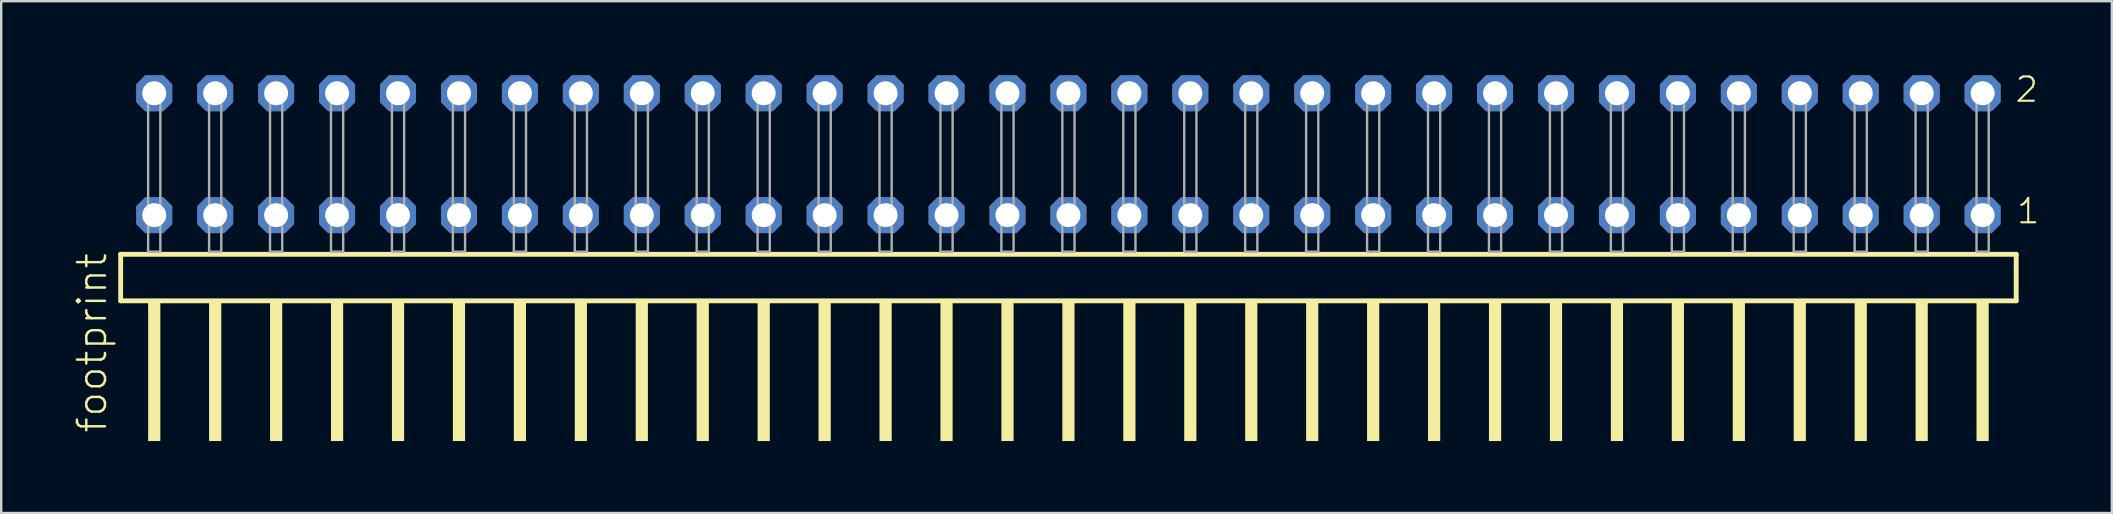
<source format=kicad_pcb>
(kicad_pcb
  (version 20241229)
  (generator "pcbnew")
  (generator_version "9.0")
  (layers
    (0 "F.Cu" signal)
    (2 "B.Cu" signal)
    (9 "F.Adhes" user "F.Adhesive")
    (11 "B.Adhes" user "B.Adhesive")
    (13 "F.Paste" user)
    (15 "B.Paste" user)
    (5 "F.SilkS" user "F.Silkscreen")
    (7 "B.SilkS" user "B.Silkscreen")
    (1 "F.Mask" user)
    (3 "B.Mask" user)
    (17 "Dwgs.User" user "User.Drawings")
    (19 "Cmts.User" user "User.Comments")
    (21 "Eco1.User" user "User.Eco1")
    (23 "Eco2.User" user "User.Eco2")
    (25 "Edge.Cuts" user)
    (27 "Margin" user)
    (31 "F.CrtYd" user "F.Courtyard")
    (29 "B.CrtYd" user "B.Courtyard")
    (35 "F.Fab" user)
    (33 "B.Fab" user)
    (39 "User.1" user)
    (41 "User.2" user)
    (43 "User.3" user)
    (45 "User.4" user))
  (footprint "footprint"
    (layer "F.Cu")
    (at 41.478 7.441)
    (property "Reference" "footprint" (at -40.005 7.62 90) (layer "F.SilkS") (effects (font (size 1.168 1.168) (thickness 0.102)) (justify left bottom)))
    (fp_line (start -39.499 0.106) (end -39.499 2.046) (stroke (width 0.203) (type solid)) (layer "F.SilkS"))
    (fp_line (start -39.499 2.046) (end 39.499 2.046) (stroke (width 0.203) (type solid)) (layer "F.SilkS"))
    (fp_line (start 39.499 0.106) (end -39.499 0.106) (stroke (width 0.203) (type solid)) (layer "F.SilkS"))
    (fp_line (start 39.499 2.046) (end 39.499 0.106) (stroke (width 0.203) (type solid)) (layer "F.SilkS"))
    (fp_poly (pts (xy -38.354 7.89) (xy -37.846 7.89) (xy -37.846 2.04) (xy -38.354 2.04)) (stroke (width 0) (type solid)) (fill yes) (layer "F.SilkS"))
    (fp_poly (pts (xy -35.814 7.89) (xy -35.306 7.89) (xy -35.306 2.04) (xy -35.814 2.04)) (stroke (width 0) (type solid)) (fill yes) (layer "F.SilkS"))
    (fp_poly (pts (xy -33.274 7.89) (xy -32.766 7.89) (xy -32.766 2.04) (xy -33.274 2.04)) (stroke (width 0) (type solid)) (fill yes) (layer "F.SilkS"))
    (fp_poly (pts (xy -30.734 7.89) (xy -30.226 7.89) (xy -30.226 2.04) (xy -30.734 2.04)) (stroke (width 0) (type solid)) (fill yes) (layer "F.SilkS"))
    (fp_poly (pts (xy -28.194 7.89) (xy -27.686 7.89) (xy -27.686 2.04) (xy -28.194 2.04)) (stroke (width 0) (type solid)) (fill yes) (layer "F.SilkS"))
    (fp_poly (pts (xy -25.654 7.89) (xy -25.146 7.89) (xy -25.146 2.04) (xy -25.654 2.04)) (stroke (width 0) (type solid)) (fill yes) (layer "F.SilkS"))
    (fp_poly (pts (xy -23.114 7.89) (xy -22.606 7.89) (xy -22.606 2.04) (xy -23.114 2.04)) (stroke (width 0) (type solid)) (fill yes) (layer "F.SilkS"))
    (fp_poly (pts (xy -20.574 7.89) (xy -20.066 7.89) (xy -20.066 2.04) (xy -20.574 2.04)) (stroke (width 0) (type solid)) (fill yes) (layer "F.SilkS"))
    (fp_poly (pts (xy -18.034 7.89) (xy -17.526 7.89) (xy -17.526 2.04) (xy -18.034 2.04)) (stroke (width 0) (type solid)) (fill yes) (layer "F.SilkS"))
    (fp_poly (pts (xy -15.494 7.89) (xy -14.986 7.89) (xy -14.986 2.04) (xy -15.494 2.04)) (stroke (width 0) (type solid)) (fill yes) (layer "F.SilkS"))
    (fp_poly (pts (xy -12.954 7.89) (xy -12.446 7.89) (xy -12.446 2.04) (xy -12.954 2.04)) (stroke (width 0) (type solid)) (fill yes) (layer "F.SilkS"))
    (fp_poly (pts (xy -10.414 7.89) (xy -9.906 7.89) (xy -9.906 2.04) (xy -10.414 2.04)) (stroke (width 0) (type solid)) (fill yes) (layer "F.SilkS"))
    (fp_poly (pts (xy -7.874 7.89) (xy -7.366 7.89) (xy -7.366 2.04) (xy -7.874 2.04)) (stroke (width 0) (type solid)) (fill yes) (layer "F.SilkS"))
    (fp_poly (pts (xy -5.334 7.89) (xy -4.826 7.89) (xy -4.826 2.04) (xy -5.334 2.04)) (stroke (width 0) (type solid)) (fill yes) (layer "F.SilkS"))
    (fp_poly (pts (xy -2.794 7.89) (xy -2.286 7.89) (xy -2.286 2.04) (xy -2.794 2.04)) (stroke (width 0) (type solid)) (fill yes) (layer "F.SilkS"))
    (fp_poly (pts (xy -0.254 7.89) (xy 0.254 7.89) (xy 0.254 2.04) (xy -0.254 2.04)) (stroke (width 0) (type solid)) (fill yes) (layer "F.SilkS"))
    (fp_poly (pts (xy 2.286 7.89) (xy 2.794 7.89) (xy 2.794 2.04) (xy 2.286 2.04)) (stroke (width 0) (type solid)) (fill yes) (layer "F.SilkS"))
    (fp_poly (pts (xy 4.826 7.89) (xy 5.334 7.89) (xy 5.334 2.04) (xy 4.826 2.04)) (stroke (width 0) (type solid)) (fill yes) (layer "F.SilkS"))
    (fp_poly (pts (xy 7.366 7.89) (xy 7.874 7.89) (xy 7.874 2.04) (xy 7.366 2.04)) (stroke (width 0) (type solid)) (fill yes) (layer "F.SilkS"))
    (fp_poly (pts (xy 9.906 7.89) (xy 10.414 7.89) (xy 10.414 2.04) (xy 9.906 2.04)) (stroke (width 0) (type solid)) (fill yes) (layer "F.SilkS"))
    (fp_poly (pts (xy 12.446 7.89) (xy 12.954 7.89) (xy 12.954 2.04) (xy 12.446 2.04)) (stroke (width 0) (type solid)) (fill yes) (layer "F.SilkS"))
    (fp_poly (pts (xy 14.986 7.89) (xy 15.494 7.89) (xy 15.494 2.04) (xy 14.986 2.04)) (stroke (width 0) (type solid)) (fill yes) (layer "F.SilkS"))
    (fp_poly (pts (xy 17.526 7.89) (xy 18.034 7.89) (xy 18.034 2.04) (xy 17.526 2.04)) (stroke (width 0) (type solid)) (fill yes) (layer "F.SilkS"))
    (fp_poly (pts (xy 20.066 7.89) (xy 20.574 7.89) (xy 20.574 2.04) (xy 20.066 2.04)) (stroke (width 0) (type solid)) (fill yes) (layer "F.SilkS"))
    (fp_poly (pts (xy 22.606 7.89) (xy 23.114 7.89) (xy 23.114 2.04) (xy 22.606 2.04)) (stroke (width 0) (type solid)) (fill yes) (layer "F.SilkS"))
    (fp_poly (pts (xy 25.146 7.89) (xy 25.654 7.89) (xy 25.654 2.04) (xy 25.146 2.04)) (stroke (width 0) (type solid)) (fill yes) (layer "F.SilkS"))
    (fp_poly (pts (xy 27.686 7.89) (xy 28.194 7.89) (xy 28.194 2.04) (xy 27.686 2.04)) (stroke (width 0) (type solid)) (fill yes) (layer "F.SilkS"))
    (fp_poly (pts (xy 30.226 7.89) (xy 30.734 7.89) (xy 30.734 2.04) (xy 30.226 2.04)) (stroke (width 0) (type solid)) (fill yes) (layer "F.SilkS"))
    (fp_poly (pts (xy 32.766 7.89) (xy 33.274 7.89) (xy 33.274 2.04) (xy 32.766 2.04)) (stroke (width 0) (type solid)) (fill yes) (layer "F.SilkS"))
    (fp_poly (pts (xy 35.306 7.89) (xy 35.814 7.89) (xy 35.814 2.04) (xy 35.306 2.04)) (stroke (width 0) (type solid)) (fill yes) (layer "F.SilkS"))
    (fp_poly (pts (xy 37.846 7.89) (xy 38.354 7.89) (xy 38.354 2.04) (xy 37.846 2.04)) (stroke (width 0) (type solid)) (fill yes) (layer "F.SilkS"))
    (fp_poly (pts (xy -38.354 0) (xy -37.846 0) (xy -37.846 -6.858) (xy -38.354 -6.858)) (stroke (width 0.1) (type solid)) (fill no) (layer "F.Fab"))
    (fp_poly (pts (xy -35.814 0) (xy -35.306 0) (xy -35.306 -6.858) (xy -35.814 -6.858)) (stroke (width 0.1) (type solid)) (fill no) (layer "F.Fab"))
    (fp_poly (pts (xy -33.274 0) (xy -32.766 0) (xy -32.766 -6.858) (xy -33.274 -6.858)) (stroke (width 0.1) (type solid)) (fill no) (layer "F.Fab"))
    (fp_poly (pts (xy -30.734 0) (xy -30.226 0) (xy -30.226 -6.858) (xy -30.734 -6.858)) (stroke (width 0.1) (type solid)) (fill no) (layer "F.Fab"))
    (fp_poly (pts (xy -28.194 0) (xy -27.686 0) (xy -27.686 -6.858) (xy -28.194 -6.858)) (stroke (width 0.1) (type solid)) (fill no) (layer "F.Fab"))
    (fp_poly (pts (xy -25.654 0) (xy -25.146 0) (xy -25.146 -6.858) (xy -25.654 -6.858)) (stroke (width 0.1) (type solid)) (fill no) (layer "F.Fab"))
    (fp_poly (pts (xy -23.114 0) (xy -22.606 0) (xy -22.606 -6.858) (xy -23.114 -6.858)) (stroke (width 0.1) (type solid)) (fill no) (layer "F.Fab"))
    (fp_poly (pts (xy -20.574 0) (xy -20.066 0) (xy -20.066 -6.858) (xy -20.574 -6.858)) (stroke (width 0.1) (type solid)) (fill no) (layer "F.Fab"))
    (fp_poly (pts (xy -18.034 0) (xy -17.526 0) (xy -17.526 -6.858) (xy -18.034 -6.858)) (stroke (width 0.1) (type solid)) (fill no) (layer "F.Fab"))
    (fp_poly (pts (xy -15.494 0) (xy -14.986 0) (xy -14.986 -6.858) (xy -15.494 -6.858)) (stroke (width 0.1) (type solid)) (fill no) (layer "F.Fab"))
    (fp_poly (pts (xy -12.954 0) (xy -12.446 0) (xy -12.446 -6.858) (xy -12.954 -6.858)) (stroke (width 0.1) (type solid)) (fill no) (layer "F.Fab"))
    (fp_poly (pts (xy -10.414 0) (xy -9.906 0) (xy -9.906 -6.858) (xy -10.414 -6.858)) (stroke (width 0.1) (type solid)) (fill no) (layer "F.Fab"))
    (fp_poly (pts (xy -7.874 0) (xy -7.366 0) (xy -7.366 -6.858) (xy -7.874 -6.858)) (stroke (width 0.1) (type solid)) (fill no) (layer "F.Fab"))
    (fp_poly (pts (xy -5.334 0) (xy -4.826 0) (xy -4.826 -6.858) (xy -5.334 -6.858)) (stroke (width 0.1) (type solid)) (fill no) (layer "F.Fab"))
    (fp_poly (pts (xy -2.794 0) (xy -2.286 0) (xy -2.286 -6.858) (xy -2.794 -6.858)) (stroke (width 0.1) (type solid)) (fill no) (layer "F.Fab"))
    (fp_poly (pts (xy -0.254 0) (xy 0.254 0) (xy 0.254 -6.858) (xy -0.254 -6.858)) (stroke (width 0.1) (type solid)) (fill no) (layer "F.Fab"))
    (fp_poly (pts (xy 2.286 0) (xy 2.794 0) (xy 2.794 -6.858) (xy 2.286 -6.858)) (stroke (width 0.1) (type solid)) (fill no) (layer "F.Fab"))
    (fp_poly (pts (xy 4.826 0) (xy 5.334 0) (xy 5.334 -6.858) (xy 4.826 -6.858)) (stroke (width 0.1) (type solid)) (fill no) (layer "F.Fab"))
    (fp_poly (pts (xy 7.366 0) (xy 7.874 0) (xy 7.874 -6.858) (xy 7.366 -6.858)) (stroke (width 0.1) (type solid)) (fill no) (layer "F.Fab"))
    (fp_poly (pts (xy 9.906 0) (xy 10.414 0) (xy 10.414 -6.858) (xy 9.906 -6.858)) (stroke (width 0.1) (type solid)) (fill no) (layer "F.Fab"))
    (fp_poly (pts (xy 12.446 0) (xy 12.954 0) (xy 12.954 -6.858) (xy 12.446 -6.858)) (stroke (width 0.1) (type solid)) (fill no) (layer "F.Fab"))
    (fp_poly (pts (xy 14.986 0) (xy 15.494 0) (xy 15.494 -6.858) (xy 14.986 -6.858)) (stroke (width 0.1) (type solid)) (fill no) (layer "F.Fab"))
    (fp_poly (pts (xy 17.526 0) (xy 18.034 0) (xy 18.034 -6.858) (xy 17.526 -6.858)) (stroke (width 0.1) (type solid)) (fill no) (layer "F.Fab"))
    (fp_poly (pts (xy 20.066 0) (xy 20.574 0) (xy 20.574 -6.858) (xy 20.066 -6.858)) (stroke (width 0.1) (type solid)) (fill no) (layer "F.Fab"))
    (fp_poly (pts (xy 22.606 0) (xy 23.114 0) (xy 23.114 -6.858) (xy 22.606 -6.858)) (stroke (width 0.1) (type solid)) (fill no) (layer "F.Fab"))
    (fp_poly (pts (xy 25.146 0) (xy 25.654 0) (xy 25.654 -6.858) (xy 25.146 -6.858)) (stroke (width 0.1) (type solid)) (fill no) (layer "F.Fab"))
    (fp_poly (pts (xy 27.686 0) (xy 28.194 0) (xy 28.194 -6.858) (xy 27.686 -6.858)) (stroke (width 0.1) (type solid)) (fill no) (layer "F.Fab"))
    (fp_poly (pts (xy 30.226 0) (xy 30.734 0) (xy 30.734 -6.858) (xy 30.226 -6.858)) (stroke (width 0.1) (type solid)) (fill no) (layer "F.Fab"))
    (fp_poly (pts (xy 32.766 0) (xy 33.274 0) (xy 33.274 -6.858) (xy 32.766 -6.858)) (stroke (width 0.1) (type solid)) (fill no) (layer "F.Fab"))
    (fp_poly (pts (xy 35.306 0) (xy 35.814 0) (xy 35.814 -6.858) (xy 35.306 -6.858)) (stroke (width 0.1) (type solid)) (fill no) (layer "F.Fab"))
    (fp_poly (pts (xy 37.846 0) (xy 38.354 0) (xy 38.354 -6.858) (xy 37.846 -6.858)) (stroke (width 0.1) (type solid)) (fill no) (layer "F.Fab"))
    (fp_text user "2" (at 39.4 -6.165 0) (layer "F.SilkS") (effects (font (size 1.012 1.012) (thickness 0.088)) (justify left bottom)))
    (fp_text user "1" (at 39.46 -1.1 0) (layer "F.SilkS") (effects (font (size 1.012 1.012) (thickness 0.088)) (justify left bottom)))
    (pad "1" thru_hole roundrect (at 38.1 -1.524 180) (size 1.5 1.5) (drill 1) (layers "*.Cu" "*.Mask") (roundrect_rratio 0.25) (chamfer_ratio 0.25) (chamfer top_left top_right bottom_left bottom_right))
    (pad "2" thru_hole roundrect (at 38.1 -6.604 180) (size 1.5 1.5) (drill 1) (layers "*.Cu" "*.Mask") (roundrect_rratio 0.25) (chamfer_ratio 0.25) (chamfer top_left top_right bottom_left bottom_right))
    (pad "3" thru_hole roundrect (at 35.56 -1.524 180) (size 1.5 1.5) (drill 1) (layers "*.Cu" "*.Mask") (roundrect_rratio 0.25) (chamfer_ratio 0.25) (chamfer top_left top_right bottom_left bottom_right))
    (pad "4" thru_hole roundrect (at 35.56 -6.604 180) (size 1.5 1.5) (drill 1) (layers "*.Cu" "*.Mask") (roundrect_rratio 0.25) (chamfer_ratio 0.25) (chamfer top_left top_right bottom_left bottom_right))
    (pad "5" thru_hole roundrect (at 33.02 -1.524 180) (size 1.5 1.5) (drill 1) (layers "*.Cu" "*.Mask") (roundrect_rratio 0.25) (chamfer_ratio 0.25) (chamfer top_left top_right bottom_left bottom_right))
    (pad "6" thru_hole roundrect (at 33.02 -6.604 180) (size 1.5 1.5) (drill 1) (layers "*.Cu" "*.Mask") (roundrect_rratio 0.25) (chamfer_ratio 0.25) (chamfer top_left top_right bottom_left bottom_right))
    (pad "7" thru_hole roundrect (at 30.48 -1.524 180) (size 1.5 1.5) (drill 1) (layers "*.Cu" "*.Mask") (roundrect_rratio 0.25) (chamfer_ratio 0.25) (chamfer top_left top_right bottom_left bottom_right))
    (pad "8" thru_hole roundrect (at 30.48 -6.604 180) (size 1.5 1.5) (drill 1) (layers "*.Cu" "*.Mask") (roundrect_rratio 0.25) (chamfer_ratio 0.25) (chamfer top_left top_right bottom_left bottom_right))
    (pad "9" thru_hole roundrect (at 27.94 -1.524 180) (size 1.5 1.5) (drill 1) (layers "*.Cu" "*.Mask") (roundrect_rratio 0.25) (chamfer_ratio 0.25) (chamfer top_left top_right bottom_left bottom_right))
    (pad "10" thru_hole roundrect (at 27.94 -6.604 180) (size 1.5 1.5) (drill 1) (layers "*.Cu" "*.Mask") (roundrect_rratio 0.25) (chamfer_ratio 0.25) (chamfer top_left top_right bottom_left bottom_right))
    (pad "11" thru_hole roundrect (at 25.4 -1.524 180) (size 1.5 1.5) (drill 1) (layers "*.Cu" "*.Mask") (roundrect_rratio 0.25) (chamfer_ratio 0.25) (chamfer top_left top_right bottom_left bottom_right))
    (pad "12" thru_hole roundrect (at 25.4 -6.604 180) (size 1.5 1.5) (drill 1) (layers "*.Cu" "*.Mask") (roundrect_rratio 0.25) (chamfer_ratio 0.25) (chamfer top_left top_right bottom_left bottom_right))
    (pad "13" thru_hole roundrect (at 22.86 -1.524 180) (size 1.5 1.5) (drill 1) (layers "*.Cu" "*.Mask") (roundrect_rratio 0.25) (chamfer_ratio 0.25) (chamfer top_left top_right bottom_left bottom_right))
    (pad "14" thru_hole roundrect (at 22.86 -6.604 180) (size 1.5 1.5) (drill 1) (layers "*.Cu" "*.Mask") (roundrect_rratio 0.25) (chamfer_ratio 0.25) (chamfer top_left top_right bottom_left bottom_right))
    (pad "15" thru_hole roundrect (at 20.32 -1.524 180) (size 1.5 1.5) (drill 1) (layers "*.Cu" "*.Mask") (roundrect_rratio 0.25) (chamfer_ratio 0.25) (chamfer top_left top_right bottom_left bottom_right))
    (pad "16" thru_hole roundrect (at 20.32 -6.604 180) (size 1.5 1.5) (drill 1) (layers "*.Cu" "*.Mask") (roundrect_rratio 0.25) (chamfer_ratio 0.25) (chamfer top_left top_right bottom_left bottom_right))
    (pad "17" thru_hole roundrect (at 17.78 -1.524 180) (size 1.5 1.5) (drill 1) (layers "*.Cu" "*.Mask") (roundrect_rratio 0.25) (chamfer_ratio 0.25) (chamfer top_left top_right bottom_left bottom_right))
    (pad "18" thru_hole roundrect (at 17.78 -6.604 180) (size 1.5 1.5) (drill 1) (layers "*.Cu" "*.Mask") (roundrect_rratio 0.25) (chamfer_ratio 0.25) (chamfer top_left top_right bottom_left bottom_right))
    (pad "19" thru_hole roundrect (at 15.24 -1.524 180) (size 1.5 1.5) (drill 1) (layers "*.Cu" "*.Mask") (roundrect_rratio 0.25) (chamfer_ratio 0.25) (chamfer top_left top_right bottom_left bottom_right))
    (pad "20" thru_hole roundrect (at 15.24 -6.604 180) (size 1.5 1.5) (drill 1) (layers "*.Cu" "*.Mask") (roundrect_rratio 0.25) (chamfer_ratio 0.25) (chamfer top_left top_right bottom_left bottom_right))
    (pad "21" thru_hole roundrect (at 12.7 -1.524 180) (size 1.5 1.5) (drill 1) (layers "*.Cu" "*.Mask") (roundrect_rratio 0.25) (chamfer_ratio 0.25) (chamfer top_left top_right bottom_left bottom_right))
    (pad "22" thru_hole roundrect (at 12.7 -6.604 180) (size 1.5 1.5) (drill 1) (layers "*.Cu" "*.Mask") (roundrect_rratio 0.25) (chamfer_ratio 0.25) (chamfer top_left top_right bottom_left bottom_right))
    (pad "23" thru_hole roundrect (at 10.16 -1.524 180) (size 1.5 1.5) (drill 1) (layers "*.Cu" "*.Mask") (roundrect_rratio 0.25) (chamfer_ratio 0.25) (chamfer top_left top_right bottom_left bottom_right))
    (pad "24" thru_hole roundrect (at 10.16 -6.604 180) (size 1.5 1.5) (drill 1) (layers "*.Cu" "*.Mask") (roundrect_rratio 0.25) (chamfer_ratio 0.25) (chamfer top_left top_right bottom_left bottom_right))
    (pad "25" thru_hole roundrect (at 7.62 -1.524 180) (size 1.5 1.5) (drill 1) (layers "*.Cu" "*.Mask") (roundrect_rratio 0.25) (chamfer_ratio 0.25) (chamfer top_left top_right bottom_left bottom_right))
    (pad "26" thru_hole roundrect (at 7.62 -6.604 180) (size 1.5 1.5) (drill 1) (layers "*.Cu" "*.Mask") (roundrect_rratio 0.25) (chamfer_ratio 0.25) (chamfer top_left top_right bottom_left bottom_right))
    (pad "27" thru_hole roundrect (at 5.08 -1.524 180) (size 1.5 1.5) (drill 1) (layers "*.Cu" "*.Mask") (roundrect_rratio 0.25) (chamfer_ratio 0.25) (chamfer top_left top_right bottom_left bottom_right))
    (pad "28" thru_hole roundrect (at 5.08 -6.604 180) (size 1.5 1.5) (drill 1) (layers "*.Cu" "*.Mask") (roundrect_rratio 0.25) (chamfer_ratio 0.25) (chamfer top_left top_right bottom_left bottom_right))
    (pad "29" thru_hole roundrect (at 2.54 -1.524 180) (size 1.5 1.5) (drill 1) (layers "*.Cu" "*.Mask") (roundrect_rratio 0.25) (chamfer_ratio 0.25) (chamfer top_left top_right bottom_left bottom_right))
    (pad "30" thru_hole roundrect (at 2.54 -6.604 180) (size 1.5 1.5) (drill 1) (layers "*.Cu" "*.Mask") (roundrect_rratio 0.25) (chamfer_ratio 0.25) (chamfer top_left top_right bottom_left bottom_right))
    (pad "31" thru_hole roundrect (at 0 -1.524 180) (size 1.5 1.5) (drill 1) (layers "*.Cu" "*.Mask") (roundrect_rratio 0.25) (chamfer_ratio 0.25) (chamfer top_left top_right bottom_left bottom_right))
    (pad "32" thru_hole roundrect (at 0 -6.604 180) (size 1.5 1.5) (drill 1) (layers "*.Cu" "*.Mask") (roundrect_rratio 0.25) (chamfer_ratio 0.25) (chamfer top_left top_right bottom_left bottom_right))
    (pad "33" thru_hole roundrect (at -2.54 -1.524 180) (size 1.5 1.5) (drill 1) (layers "*.Cu" "*.Mask") (roundrect_rratio 0.25) (chamfer_ratio 0.25) (chamfer top_left top_right bottom_left bottom_right))
    (pad "34" thru_hole roundrect (at -2.54 -6.604 180) (size 1.5 1.5) (drill 1) (layers "*.Cu" "*.Mask") (roundrect_rratio 0.25) (chamfer_ratio 0.25) (chamfer top_left top_right bottom_left bottom_right))
    (pad "35" thru_hole roundrect (at -5.08 -1.524 180) (size 1.5 1.5) (drill 1) (layers "*.Cu" "*.Mask") (roundrect_rratio 0.25) (chamfer_ratio 0.25) (chamfer top_left top_right bottom_left bottom_right))
    (pad "36" thru_hole roundrect (at -5.08 -6.604 180) (size 1.5 1.5) (drill 1) (layers "*.Cu" "*.Mask") (roundrect_rratio 0.25) (chamfer_ratio 0.25) (chamfer top_left top_right bottom_left bottom_right))
    (pad "37" thru_hole roundrect (at -7.62 -1.524 180) (size 1.5 1.5) (drill 1) (layers "*.Cu" "*.Mask") (roundrect_rratio 0.25) (chamfer_ratio 0.25) (chamfer top_left top_right bottom_left bottom_right))
    (pad "38" thru_hole roundrect (at -7.62 -6.604 180) (size 1.5 1.5) (drill 1) (layers "*.Cu" "*.Mask") (roundrect_rratio 0.25) (chamfer_ratio 0.25) (chamfer top_left top_right bottom_left bottom_right))
    (pad "39" thru_hole roundrect (at -10.16 -1.524 180) (size 1.5 1.5) (drill 1) (layers "*.Cu" "*.Mask") (roundrect_rratio 0.25) (chamfer_ratio 0.25) (chamfer top_left top_right bottom_left bottom_right))
    (pad "40" thru_hole roundrect (at -10.16 -6.604 180) (size 1.5 1.5) (drill 1) (layers "*.Cu" "*.Mask") (roundrect_rratio 0.25) (chamfer_ratio 0.25) (chamfer top_left top_right bottom_left bottom_right))
    (pad "41" thru_hole roundrect (at -12.7 -1.524 180) (size 1.5 1.5) (drill 1) (layers "*.Cu" "*.Mask") (roundrect_rratio 0.25) (chamfer_ratio 0.25) (chamfer top_left top_right bottom_left bottom_right))
    (pad "42" thru_hole roundrect (at -12.7 -6.604 180) (size 1.5 1.5) (drill 1) (layers "*.Cu" "*.Mask") (roundrect_rratio 0.25) (chamfer_ratio 0.25) (chamfer top_left top_right bottom_left bottom_right))
    (pad "43" thru_hole roundrect (at -15.24 -1.524 180) (size 1.5 1.5) (drill 1) (layers "*.Cu" "*.Mask") (roundrect_rratio 0.25) (chamfer_ratio 0.25) (chamfer top_left top_right bottom_left bottom_right))
    (pad "44" thru_hole roundrect (at -15.24 -6.604 180) (size 1.5 1.5) (drill 1) (layers "*.Cu" "*.Mask") (roundrect_rratio 0.25) (chamfer_ratio 0.25) (chamfer top_left top_right bottom_left bottom_right))
    (pad "45" thru_hole roundrect (at -17.78 -1.524 180) (size 1.5 1.5) (drill 1) (layers "*.Cu" "*.Mask") (roundrect_rratio 0.25) (chamfer_ratio 0.25) (chamfer top_left top_right bottom_left bottom_right))
    (pad "46" thru_hole roundrect (at -17.78 -6.604 180) (size 1.5 1.5) (drill 1) (layers "*.Cu" "*.Mask") (roundrect_rratio 0.25) (chamfer_ratio 0.25) (chamfer top_left top_right bottom_left bottom_right))
    (pad "47" thru_hole roundrect (at -20.32 -1.524 180) (size 1.5 1.5) (drill 1) (layers "*.Cu" "*.Mask") (roundrect_rratio 0.25) (chamfer_ratio 0.25) (chamfer top_left top_right bottom_left bottom_right))
    (pad "48" thru_hole roundrect (at -20.32 -6.604 180) (size 1.5 1.5) (drill 1) (layers "*.Cu" "*.Mask") (roundrect_rratio 0.25) (chamfer_ratio 0.25) (chamfer top_left top_right bottom_left bottom_right))
    (pad "49" thru_hole roundrect (at -22.86 -1.524 180) (size 1.5 1.5) (drill 1) (layers "*.Cu" "*.Mask") (roundrect_rratio 0.25) (chamfer_ratio 0.25) (chamfer top_left top_right bottom_left bottom_right))
    (pad "50" thru_hole roundrect (at -22.86 -6.604 180) (size 1.5 1.5) (drill 1) (layers "*.Cu" "*.Mask") (roundrect_rratio 0.25) (chamfer_ratio 0.25) (chamfer top_left top_right bottom_left bottom_right))
    (pad "51" thru_hole roundrect (at -25.4 -1.524 180) (size 1.5 1.5) (drill 1) (layers "*.Cu" "*.Mask") (roundrect_rratio 0.25) (chamfer_ratio 0.25) (chamfer top_left top_right bottom_left bottom_right))
    (pad "52" thru_hole roundrect (at -25.4 -6.604 180) (size 1.5 1.5) (drill 1) (layers "*.Cu" "*.Mask") (roundrect_rratio 0.25) (chamfer_ratio 0.25) (chamfer top_left top_right bottom_left bottom_right))
    (pad "53" thru_hole roundrect (at -27.94 -1.524 180) (size 1.5 1.5) (drill 1) (layers "*.Cu" "*.Mask") (roundrect_rratio 0.25) (chamfer_ratio 0.25) (chamfer top_left top_right bottom_left bottom_right))
    (pad "54" thru_hole roundrect (at -27.94 -6.604 180) (size 1.5 1.5) (drill 1) (layers "*.Cu" "*.Mask") (roundrect_rratio 0.25) (chamfer_ratio 0.25) (chamfer top_left top_right bottom_left bottom_right))
    (pad "55" thru_hole roundrect (at -30.48 -1.524 180) (size 1.5 1.5) (drill 1) (layers "*.Cu" "*.Mask") (roundrect_rratio 0.25) (chamfer_ratio 0.25) (chamfer top_left top_right bottom_left bottom_right))
    (pad "56" thru_hole roundrect (at -30.48 -6.604 180) (size 1.5 1.5) (drill 1) (layers "*.Cu" "*.Mask") (roundrect_rratio 0.25) (chamfer_ratio 0.25) (chamfer top_left top_right bottom_left bottom_right))
    (pad "57" thru_hole roundrect (at -33.02 -1.524 180) (size 1.5 1.5) (drill 1) (layers "*.Cu" "*.Mask") (roundrect_rratio 0.25) (chamfer_ratio 0.25) (chamfer top_left top_right bottom_left bottom_right))
    (pad "58" thru_hole roundrect (at -33.02 -6.604 180) (size 1.5 1.5) (drill 1) (layers "*.Cu" "*.Mask") (roundrect_rratio 0.25) (chamfer_ratio 0.25) (chamfer top_left top_right bottom_left bottom_right))
    (pad "59" thru_hole roundrect (at -35.56 -1.524 180) (size 1.5 1.5) (drill 1) (layers "*.Cu" "*.Mask") (roundrect_rratio 0.25) (chamfer_ratio 0.25) (chamfer top_left top_right bottom_left bottom_right))
    (pad "60" thru_hole roundrect (at -35.56 -6.604 180) (size 1.5 1.5) (drill 1) (layers "*.Cu" "*.Mask") (roundrect_rratio 0.25) (chamfer_ratio 0.25) (chamfer top_left top_right bottom_left bottom_right))
    (pad "61" thru_hole roundrect (at -38.1 -1.524 180) (size 1.5 1.5) (drill 1) (layers "*.Cu" "*.Mask") (roundrect_rratio 0.25) (chamfer_ratio 0.25) (chamfer top_left top_right bottom_left bottom_right))
    (pad "62" thru_hole roundrect (at -38.1 -6.604 180) (size 1.5 1.5) (drill 1) (layers "*.Cu" "*.Mask") (roundrect_rratio 0.25) (chamfer_ratio 0.25) (chamfer top_left top_right bottom_left bottom_right)))
  (gr_rect
    (start -3 -3)
    (end 84.964 18.331)
    (stroke (width 0.1) (type default))
    (fill no)
    (layer "Edge.Cuts")))
</source>
